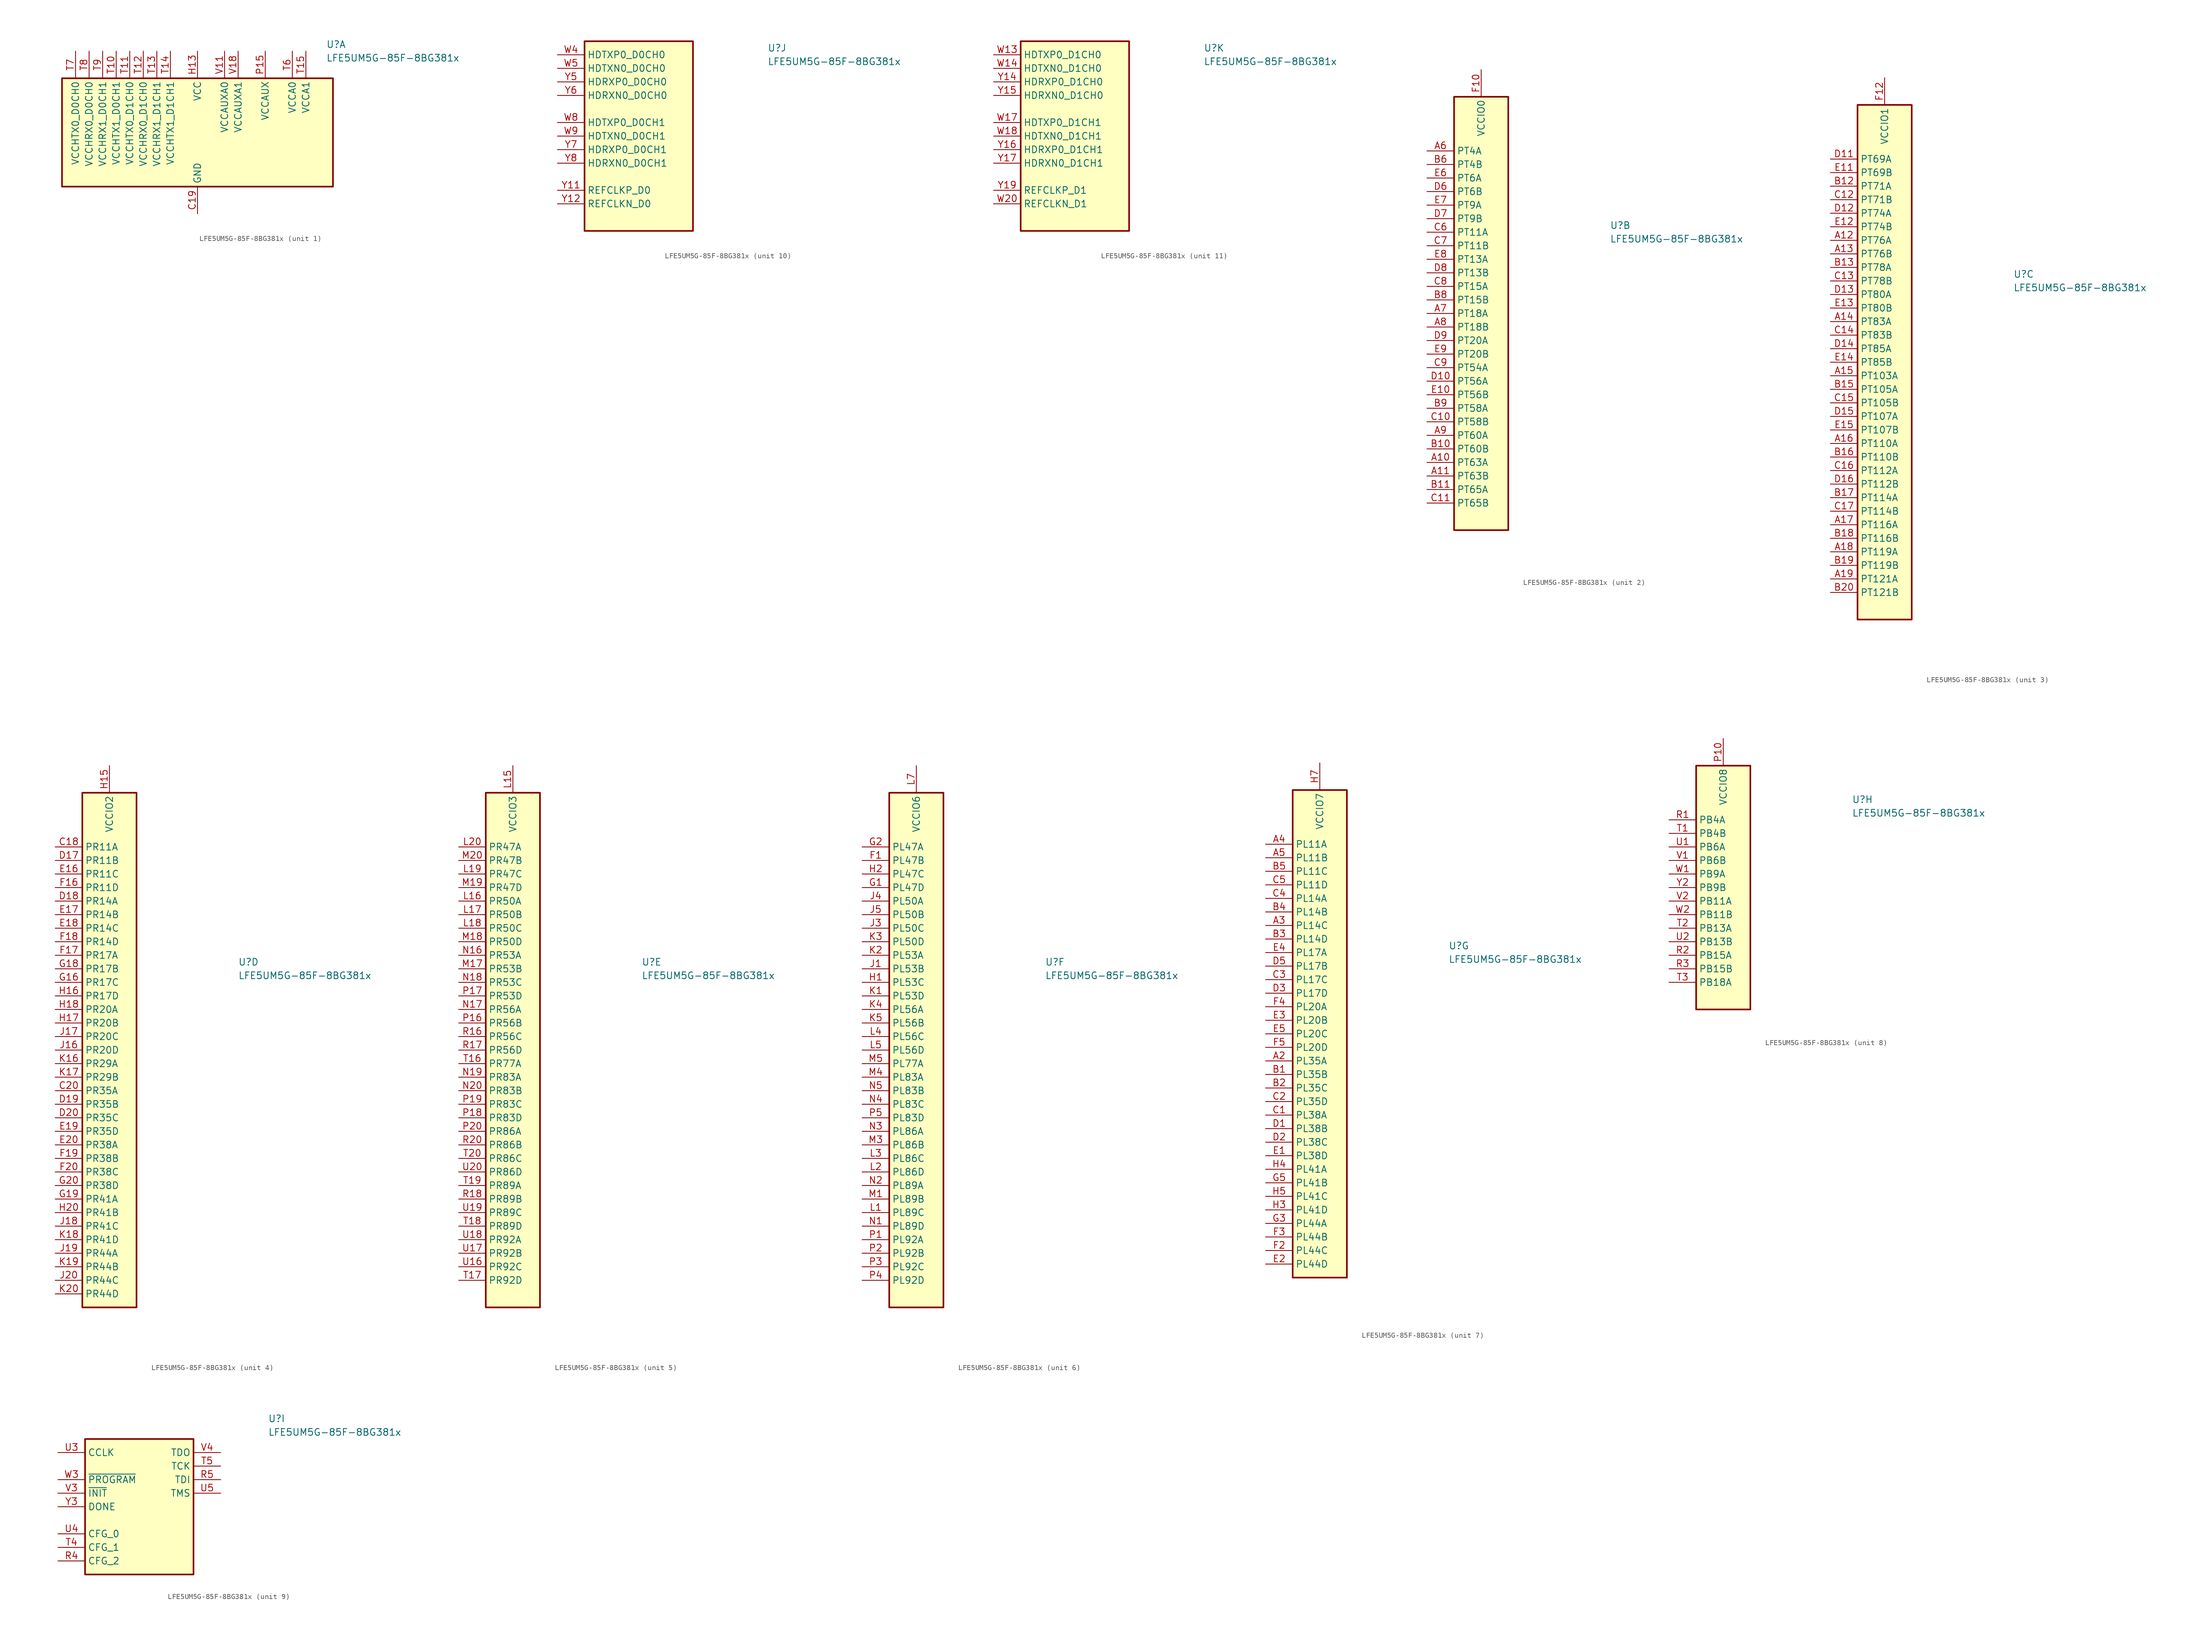
<source format=kicad_sym>
(kicad_symbol_lib
  (version 20241209)
  (generator "kicad_symbol_editor")
  (generator_version "9.0")
  (symbol "LFE5UM5G-85F-8BG381x"
    (property "Reference" "U"
      (at 24.13 16.51 0)
      (effects (font (size 1.27 1.27)) (justify left)))
    (property "Value" "LFE5UM5G-85F-8BG381x"
      (at 24.13 13.97 0)
      (effects (font (size 1.27 1.27)) (justify left)))
    (property "ki_locked" ""
      (at 0 0 0)
      (effects (font (size 1.27 1.27))))
    (symbol "LFE5UM5G-85F-8BG381x_1_1"
      (rectangle (start -25.4 10.16) (end 25.4 -10.16) (stroke (width 0.305) (type default)) (fill (type background)))
      (pin power_in line (at -22.86 15.24 270) (length 5.08) (name "VCCHTX0_D0CH0" (effects (font (size 1.27 1.27)))) (number "T7" (effects (font (size 1.27 1.27)))))
      (pin power_in line (at -20.32 15.24 270) (length 5.08) (name "VCCHRX0_D0CH0" (effects (font (size 1.27 1.27)))) (number "T8" (effects (font (size 1.27 1.27)))))
      (pin power_in line (at -17.78 15.24 270) (length 5.08) (name "VCCHRX1_D0CH1" (effects (font (size 1.27 1.27)))) (number "T9" (effects (font (size 1.27 1.27)))))
      (pin power_in line (at -15.24 15.24 270) (length 5.08) (name "VCCHTX1_D0CH1" (effects (font (size 1.27 1.27)))) (number "T10" (effects (font (size 1.27 1.27)))))
      (pin power_in line (at -12.7 15.24 270) (length 5.08) (name "VCCHTX0_D1CH0" (effects (font (size 1.27 1.27)))) (number "T11" (effects (font (size 1.27 1.27)))))
      (pin power_in line (at -10.16 15.24 270) (length 5.08) (name "VCCHRX0_D1CH0" (effects (font (size 1.27 1.27)))) (number "T12" (effects (font (size 1.27 1.27)))))
      (pin power_in line (at -7.62 15.24 270) (length 5.08) (name "VCCHRX1_D1CH1" (effects (font (size 1.27 1.27)))) (number "T13" (effects (font (size 1.27 1.27)))))
      (pin power_in line (at -5.08 15.24 270) (length 5.08) (name "VCCHTX1_D1CH1" (effects (font (size 1.27 1.27)))) (number "T14" (effects (font (size 1.27 1.27)))))
      (pin passive line (at 0 15.24 270) (length 5.08) hide (name "VCC" (effects (font (size 1.27 1.27)))) (number "H10" (effects (font (size 1.27 1.27)))))
      (pin passive line (at 0 15.24 270) (length 5.08) hide (name "VCC" (effects (font (size 1.27 1.27)))) (number "H11" (effects (font (size 1.27 1.27)))))
      (pin passive line (at 0 15.24 270) (length 5.08) hide (name "VCC" (effects (font (size 1.27 1.27)))) (number "H12" (effects (font (size 1.27 1.27)))))
      (pin power_in line (at 0 15.24 270) (length 5.08) (name "VCC" (effects (font (size 1.27 1.27)))) (number "H13" (effects (font (size 1.27 1.27)))))
      (pin passive line (at 0 15.24 270) (length 5.08) hide (name "VCC" (effects (font (size 1.27 1.27)))) (number "H8" (effects (font (size 1.27 1.27)))))
      (pin passive line (at 0 15.24 270) (length 5.08) hide (name "VCC" (effects (font (size 1.27 1.27)))) (number "H9" (effects (font (size 1.27 1.27)))))
      (pin passive line (at 0 15.24 270) (length 5.08) hide (name "VCC" (effects (font (size 1.27 1.27)))) (number "J13" (effects (font (size 1.27 1.27)))))
      (pin passive line (at 0 15.24 270) (length 5.08) hide (name "VCC" (effects (font (size 1.27 1.27)))) (number "J8" (effects (font (size 1.27 1.27)))))
      (pin passive line (at 0 15.24 270) (length 5.08) hide (name "VCC" (effects (font (size 1.27 1.27)))) (number "K13" (effects (font (size 1.27 1.27)))))
      (pin passive line (at 0 15.24 270) (length 5.08) hide (name "VCC" (effects (font (size 1.27 1.27)))) (number "K8" (effects (font (size 1.27 1.27)))))
      (pin passive line (at 0 15.24 270) (length 5.08) hide (name "VCC" (effects (font (size 1.27 1.27)))) (number "L13" (effects (font (size 1.27 1.27)))))
      (pin passive line (at 0 15.24 270) (length 5.08) hide (name "VCC" (effects (font (size 1.27 1.27)))) (number "L8" (effects (font (size 1.27 1.27)))))
      (pin passive line (at 0 15.24 270) (length 5.08) hide (name "VCC" (effects (font (size 1.27 1.27)))) (number "M13" (effects (font (size 1.27 1.27)))))
      (pin passive line (at 0 15.24 270) (length 5.08) hide (name "VCC" (effects (font (size 1.27 1.27)))) (number "M8" (effects (font (size 1.27 1.27)))))
      (pin passive line (at 0 15.24 270) (length 5.08) hide (name "VCC" (effects (font (size 1.27 1.27)))) (number "N10" (effects (font (size 1.27 1.27)))))
      (pin passive line (at 0 15.24 270) (length 5.08) hide (name "VCC" (effects (font (size 1.27 1.27)))) (number "N11" (effects (font (size 1.27 1.27)))))
      (pin passive line (at 0 15.24 270) (length 5.08) hide (name "VCC" (effects (font (size 1.27 1.27)))) (number "N12" (effects (font (size 1.27 1.27)))))
      (pin passive line (at 0 15.24 270) (length 5.08) hide (name "VCC" (effects (font (size 1.27 1.27)))) (number "N13" (effects (font (size 1.27 1.27)))))
      (pin passive line (at 0 15.24 270) (length 5.08) hide (name "VCC" (effects (font (size 1.27 1.27)))) (number "N8" (effects (font (size 1.27 1.27)))))
      (pin passive line (at 0 15.24 270) (length 5.08) hide (name "VCC" (effects (font (size 1.27 1.27)))) (number "N9" (effects (font (size 1.27 1.27)))))
      (pin passive line (at 0 -15.24 90) (length 5.08) hide (name "GND" (effects (font (size 1.27 1.27)))) (number "B14" (effects (font (size 1.27 1.27)))))
      (pin passive line (at 0 -15.24 90) (length 5.08) hide (name "GND" (effects (font (size 1.27 1.27)))) (number "B7" (effects (font (size 1.27 1.27)))))
      (pin power_in line (at 0 -15.24 90) (length 5.08) (name "GND" (effects (font (size 1.27 1.27)))) (number "C19" (effects (font (size 1.27 1.27)))))
      (pin passive line (at 0 -15.24 90) (length 5.08) hide (name "GND" (effects (font (size 1.27 1.27)))) (number "D4" (effects (font (size 1.27 1.27)))))
      (pin passive line (at 0 -15.24 90) (length 5.08) hide (name "GND" (effects (font (size 1.27 1.27)))) (number "F13" (effects (font (size 1.27 1.27)))))
      (pin passive line (at 0 -15.24 90) (length 5.08) hide (name "GND" (effects (font (size 1.27 1.27)))) (number "F14" (effects (font (size 1.27 1.27)))))
      (pin passive line (at 0 -15.24 90) (length 5.08) hide (name "GND" (effects (font (size 1.27 1.27)))) (number "F7" (effects (font (size 1.27 1.27)))))
      (pin passive line (at 0 -15.24 90) (length 5.08) hide (name "GND" (effects (font (size 1.27 1.27)))) (number "F8" (effects (font (size 1.27 1.27)))))
      (pin passive line (at 0 -15.24 90) (length 5.08) hide (name "GND" (effects (font (size 1.27 1.27)))) (number "G10" (effects (font (size 1.27 1.27)))))
      (pin passive line (at 0 -15.24 90) (length 5.08) hide (name "GND" (effects (font (size 1.27 1.27)))) (number "G11" (effects (font (size 1.27 1.27)))))
      (pin passive line (at 0 -15.24 90) (length 5.08) hide (name "GND" (effects (font (size 1.27 1.27)))) (number "G12" (effects (font (size 1.27 1.27)))))
      (pin passive line (at 0 -15.24 90) (length 5.08) hide (name "GND" (effects (font (size 1.27 1.27)))) (number "G13" (effects (font (size 1.27 1.27)))))
      (pin passive line (at 0 -15.24 90) (length 5.08) hide (name "GND" (effects (font (size 1.27 1.27)))) (number "G14" (effects (font (size 1.27 1.27)))))
      (pin passive line (at 0 -15.24 90) (length 5.08) hide (name "GND" (effects (font (size 1.27 1.27)))) (number "G15" (effects (font (size 1.27 1.27)))))
      (pin passive line (at 0 -15.24 90) (length 5.08) hide (name "GND" (effects (font (size 1.27 1.27)))) (number "G17" (effects (font (size 1.27 1.27)))))
      (pin passive line (at 0 -15.24 90) (length 5.08) hide (name "GND" (effects (font (size 1.27 1.27)))) (number "G4" (effects (font (size 1.27 1.27)))))
      (pin passive line (at 0 -15.24 90) (length 5.08) hide (name "GND" (effects (font (size 1.27 1.27)))) (number "G6" (effects (font (size 1.27 1.27)))))
      (pin passive line (at 0 -15.24 90) (length 5.08) hide (name "GND" (effects (font (size 1.27 1.27)))) (number "G7" (effects (font (size 1.27 1.27)))))
      (pin passive line (at 0 -15.24 90) (length 5.08) hide (name "GND" (effects (font (size 1.27 1.27)))) (number "G8" (effects (font (size 1.27 1.27)))))
      (pin passive line (at 0 -15.24 90) (length 5.08) hide (name "GND" (effects (font (size 1.27 1.27)))) (number "G9" (effects (font (size 1.27 1.27)))))
      (pin passive line (at 0 -15.24 90) (length 5.08) hide (name "GND" (effects (font (size 1.27 1.27)))) (number "H19" (effects (font (size 1.27 1.27)))))
      (pin passive line (at 0 -15.24 90) (length 5.08) hide (name "GND" (effects (font (size 1.27 1.27)))) (number "J10" (effects (font (size 1.27 1.27)))))
      (pin passive line (at 0 -15.24 90) (length 5.08) hide (name "GND" (effects (font (size 1.27 1.27)))) (number "J11" (effects (font (size 1.27 1.27)))))
      (pin passive line (at 0 -15.24 90) (length 5.08) hide (name "GND" (effects (font (size 1.27 1.27)))) (number "J12" (effects (font (size 1.27 1.27)))))
      (pin passive line (at 0 -15.24 90) (length 5.08) hide (name "GND" (effects (font (size 1.27 1.27)))) (number "J14" (effects (font (size 1.27 1.27)))))
      (pin passive line (at 0 -15.24 90) (length 5.08) hide (name "GND" (effects (font (size 1.27 1.27)))) (number "J2" (effects (font (size 1.27 1.27)))))
      (pin passive line (at 0 -15.24 90) (length 5.08) hide (name "GND" (effects (font (size 1.27 1.27)))) (number "J7" (effects (font (size 1.27 1.27)))))
      (pin passive line (at 0 -15.24 90) (length 5.08) hide (name "GND" (effects (font (size 1.27 1.27)))) (number "J9" (effects (font (size 1.27 1.27)))))
      (pin passive line (at 0 -15.24 90) (length 5.08) hide (name "GND" (effects (font (size 1.27 1.27)))) (number "K10" (effects (font (size 1.27 1.27)))))
      (pin passive line (at 0 -15.24 90) (length 5.08) hide (name "GND" (effects (font (size 1.27 1.27)))) (number "K11" (effects (font (size 1.27 1.27)))))
      (pin passive line (at 0 -15.24 90) (length 5.08) hide (name "GND" (effects (font (size 1.27 1.27)))) (number "K12" (effects (font (size 1.27 1.27)))))
      (pin passive line (at 0 -15.24 90) (length 5.08) hide (name "GND" (effects (font (size 1.27 1.27)))) (number "K14" (effects (font (size 1.27 1.27)))))
      (pin passive line (at 0 -15.24 90) (length 5.08) hide (name "GND" (effects (font (size 1.27 1.27)))) (number "K15" (effects (font (size 1.27 1.27)))))
      (pin passive line (at 0 -15.24 90) (length 5.08) hide (name "GND" (effects (font (size 1.27 1.27)))) (number "K6" (effects (font (size 1.27 1.27)))))
      (pin passive line (at 0 -15.24 90) (length 5.08) hide (name "GND" (effects (font (size 1.27 1.27)))) (number "K7" (effects (font (size 1.27 1.27)))))
      (pin passive line (at 0 -15.24 90) (length 5.08) hide (name "GND" (effects (font (size 1.27 1.27)))) (number "K9" (effects (font (size 1.27 1.27)))))
      (pin passive line (at 0 -15.24 90) (length 5.08) hide (name "GND" (effects (font (size 1.27 1.27)))) (number "L10" (effects (font (size 1.27 1.27)))))
      (pin passive line (at 0 -15.24 90) (length 5.08) hide (name "GND" (effects (font (size 1.27 1.27)))) (number "L11" (effects (font (size 1.27 1.27)))))
      (pin passive line (at 0 -15.24 90) (length 5.08) hide (name "GND" (effects (font (size 1.27 1.27)))) (number "L12" (effects (font (size 1.27 1.27)))))
      (pin passive line (at 0 -15.24 90) (length 5.08) hide (name "GND" (effects (font (size 1.27 1.27)))) (number "L9" (effects (font (size 1.27 1.27)))))
      (pin passive line (at 0 -15.24 90) (length 5.08) hide (name "GND" (effects (font (size 1.27 1.27)))) (number "M10" (effects (font (size 1.27 1.27)))))
      (pin passive line (at 0 -15.24 90) (length 5.08) hide (name "GND" (effects (font (size 1.27 1.27)))) (number "M11" (effects (font (size 1.27 1.27)))))
      (pin passive line (at 0 -15.24 90) (length 5.08) hide (name "GND" (effects (font (size 1.27 1.27)))) (number "M12" (effects (font (size 1.27 1.27)))))
      (pin passive line (at 0 -15.24 90) (length 5.08) hide (name "GND" (effects (font (size 1.27 1.27)))) (number "M14" (effects (font (size 1.27 1.27)))))
      (pin passive line (at 0 -15.24 90) (length 5.08) hide (name "GND" (effects (font (size 1.27 1.27)))) (number "M16" (effects (font (size 1.27 1.27)))))
      (pin passive line (at 0 -15.24 90) (length 5.08) hide (name "GND" (effects (font (size 1.27 1.27)))) (number "M2" (effects (font (size 1.27 1.27)))))
      (pin passive line (at 0 -15.24 90) (length 5.08) hide (name "GND" (effects (font (size 1.27 1.27)))) (number "M7" (effects (font (size 1.27 1.27)))))
      (pin passive line (at 0 -15.24 90) (length 5.08) hide (name "GND" (effects (font (size 1.27 1.27)))) (number "M9" (effects (font (size 1.27 1.27)))))
      (pin passive line (at 0 -15.24 90) (length 5.08) hide (name "GND" (effects (font (size 1.27 1.27)))) (number "N14" (effects (font (size 1.27 1.27)))))
      (pin passive line (at 0 -15.24 90) (length 5.08) hide (name "GND" (effects (font (size 1.27 1.27)))) (number "N15" (effects (font (size 1.27 1.27)))))
      (pin passive line (at 0 -15.24 90) (length 5.08) hide (name "GND" (effects (font (size 1.27 1.27)))) (number "N6" (effects (font (size 1.27 1.27)))))
      (pin passive line (at 0 -15.24 90) (length 5.08) hide (name "GND" (effects (font (size 1.27 1.27)))) (number "N7" (effects (font (size 1.27 1.27)))))
      (pin passive line (at 0 -15.24 90) (length 5.08) hide (name "GND" (effects (font (size 1.27 1.27)))) (number "P11" (effects (font (size 1.27 1.27)))))
      (pin passive line (at 0 -15.24 90) (length 5.08) hide (name "GND" (effects (font (size 1.27 1.27)))) (number "P12" (effects (font (size 1.27 1.27)))))
      (pin passive line (at 0 -15.24 90) (length 5.08) hide (name "GND" (effects (font (size 1.27 1.27)))) (number "P13" (effects (font (size 1.27 1.27)))))
      (pin passive line (at 0 -15.24 90) (length 5.08) hide (name "GND" (effects (font (size 1.27 1.27)))) (number "P14" (effects (font (size 1.27 1.27)))))
      (pin passive line (at 0 -15.24 90) (length 5.08) hide (name "GND" (effects (font (size 1.27 1.27)))) (number "P7" (effects (font (size 1.27 1.27)))))
      (pin passive line (at 0 -15.24 90) (length 5.08) hide (name "GND" (effects (font (size 1.27 1.27)))) (number "P8" (effects (font (size 1.27 1.27)))))
      (pin passive line (at 0 -15.24 90) (length 5.08) hide (name "GND" (effects (font (size 1.27 1.27)))) (number "R19" (effects (font (size 1.27 1.27)))))
      (pin passive line (at 0 -15.24 90) (length 5.08) hide (name "GND" (effects (font (size 1.27 1.27)))) (number "U10" (effects (font (size 1.27 1.27)))))
      (pin passive line (at 0 -15.24 90) (length 5.08) hide (name "GND" (effects (font (size 1.27 1.27)))) (number "U11" (effects (font (size 1.27 1.27)))))
      (pin passive line (at 0 -15.24 90) (length 5.08) hide (name "GND" (effects (font (size 1.27 1.27)))) (number "U12" (effects (font (size 1.27 1.27)))))
      (pin passive line (at 0 -15.24 90) (length 5.08) hide (name "GND" (effects (font (size 1.27 1.27)))) (number "U13" (effects (font (size 1.27 1.27)))))
      (pin passive line (at 0 -15.24 90) (length 5.08) hide (name "GND" (effects (font (size 1.27 1.27)))) (number "U14" (effects (font (size 1.27 1.27)))))
      (pin passive line (at 0 -15.24 90) (length 5.08) hide (name "GND" (effects (font (size 1.27 1.27)))) (number "U7" (effects (font (size 1.27 1.27)))))
      (pin passive line (at 0 -15.24 90) (length 5.08) hide (name "GND" (effects (font (size 1.27 1.27)))) (number "U8" (effects (font (size 1.27 1.27)))))
      (pin passive line (at 0 -15.24 90) (length 5.08) hide (name "GND" (effects (font (size 1.27 1.27)))) (number "U9" (effects (font (size 1.27 1.27)))))
      (pin passive line (at 0 -15.24 90) (length 5.08) hide (name "GND" (effects (font (size 1.27 1.27)))) (number "V12" (effects (font (size 1.27 1.27)))))
      (pin passive line (at 0 -15.24 90) (length 5.08) hide (name "GND" (effects (font (size 1.27 1.27)))) (number "V13" (effects (font (size 1.27 1.27)))))
      (pin passive line (at 0 -15.24 90) (length 5.08) hide (name "GND" (effects (font (size 1.27 1.27)))) (number "V14" (effects (font (size 1.27 1.27)))))
      (pin passive line (at 0 -15.24 90) (length 5.08) hide (name "GND" (effects (font (size 1.27 1.27)))) (number "V15" (effects (font (size 1.27 1.27)))))
      (pin passive line (at 0 -15.24 90) (length 5.08) hide (name "GND" (effects (font (size 1.27 1.27)))) (number "V16" (effects (font (size 1.27 1.27)))))
      (pin passive line (at 0 -15.24 90) (length 5.08) hide (name "GND" (effects (font (size 1.27 1.27)))) (number "V19" (effects (font (size 1.27 1.27)))))
      (pin passive line (at 0 -15.24 90) (length 5.08) hide (name "GND" (effects (font (size 1.27 1.27)))) (number "V20" (effects (font (size 1.27 1.27)))))
      (pin passive line (at 0 -15.24 90) (length 5.08) hide (name "GND" (effects (font (size 1.27 1.27)))) (number "V5" (effects (font (size 1.27 1.27)))))
      (pin passive line (at 0 -15.24 90) (length 5.08) hide (name "GND" (effects (font (size 1.27 1.27)))) (number "V6" (effects (font (size 1.27 1.27)))))
      (pin passive line (at 0 -15.24 90) (length 5.08) hide (name "GND" (effects (font (size 1.27 1.27)))) (number "V7" (effects (font (size 1.27 1.27)))))
      (pin passive line (at 0 -15.24 90) (length 5.08) hide (name "GND" (effects (font (size 1.27 1.27)))) (number "V8" (effects (font (size 1.27 1.27)))))
      (pin passive line (at 0 -15.24 90) (length 5.08) hide (name "GND" (effects (font (size 1.27 1.27)))) (number "V9" (effects (font (size 1.27 1.27)))))
      (pin passive line (at 0 -15.24 90) (length 5.08) hide (name "GND" (effects (font (size 1.27 1.27)))) (number "W12" (effects (font (size 1.27 1.27)))))
      (pin passive line (at 0 -15.24 90) (length 5.08) hide (name "GND" (effects (font (size 1.27 1.27)))) (number "W15" (effects (font (size 1.27 1.27)))))
      (pin passive line (at 0 -15.24 90) (length 5.08) hide (name "GND" (effects (font (size 1.27 1.27)))) (number "W16" (effects (font (size 1.27 1.27)))))
      (pin passive line (at 0 -15.24 90) (length 5.08) hide (name "GND" (effects (font (size 1.27 1.27)))) (number "W19" (effects (font (size 1.27 1.27)))))
      (pin passive line (at 0 -15.24 90) (length 5.08) hide (name "GND" (effects (font (size 1.27 1.27)))) (number "W6" (effects (font (size 1.27 1.27)))))
      (pin passive line (at 0 -15.24 90) (length 5.08) hide (name "GND" (effects (font (size 1.27 1.27)))) (number "W7" (effects (font (size 1.27 1.27)))))
      (pin passive line (at 5.08 15.24 270) (length 5.08) hide (name "VCCAUXA0" (effects (font (size 1.27 1.27)))) (number "V10" (effects (font (size 1.27 1.27)))))
      (pin power_in line (at 5.08 15.24 270) (length 5.08) (name "VCCAUXA0" (effects (font (size 1.27 1.27)))) (number "V11" (effects (font (size 1.27 1.27)))))
      (pin passive line (at 7.62 15.24 270) (length 5.08) hide (name "VCCAUXA1" (effects (font (size 1.27 1.27)))) (number "V17" (effects (font (size 1.27 1.27)))))
      (pin power_in line (at 7.62 15.24 270) (length 5.08) (name "VCCAUXA1" (effects (font (size 1.27 1.27)))) (number "V18" (effects (font (size 1.27 1.27)))))
      (pin passive line (at 12.7 15.24 270) (length 5.08) hide (name "VCCAUX" (effects (font (size 1.27 1.27)))) (number "F15" (effects (font (size 1.27 1.27)))))
      (pin passive line (at 12.7 15.24 270) (length 5.08) hide (name "VCCAUX" (effects (font (size 1.27 1.27)))) (number "F6" (effects (font (size 1.27 1.27)))))
      (pin power_in line (at 12.7 15.24 270) (length 5.08) (name "VCCAUX" (effects (font (size 1.27 1.27)))) (number "P15" (effects (font (size 1.27 1.27)))))
      (pin passive line (at 12.7 15.24 270) (length 5.08) hide (name "VCCAUX" (effects (font (size 1.27 1.27)))) (number "P6" (effects (font (size 1.27 1.27)))))
      (pin power_in line (at 17.78 15.24 270) (length 5.08) (name "VCCA0" (effects (font (size 1.27 1.27)))) (number "T6" (effects (font (size 1.27 1.27)))))
      (pin passive line (at 17.78 15.24 270) (length 5.08) hide (name "VCCA0" (effects (font (size 1.27 1.27)))) (number "U6" (effects (font (size 1.27 1.27)))))
      (pin power_in line (at 20.32 15.24 270) (length 5.08) (name "VCCA1" (effects (font (size 1.27 1.27)))) (number "T15" (effects (font (size 1.27 1.27)))))
      (pin passive line (at 20.32 15.24 270) (length 5.08) hide (name "VCCA1" (effects (font (size 1.27 1.27)))) (number "U15" (effects (font (size 1.27 1.27))))))
    (symbol "LFE5UM5G-85F-8BG381x_2_1"
      (rectangle (start -5.08 40.64) (end 5.08 -40.64) (stroke (width 0.305) (type default)) (fill (type background)))
      (pin bidirectional line (at -10.16 30.48 0) (length 5.08) (name "PT4A" (effects (font (size 1.27 1.27)))) (number "A6" (effects (font (size 1.27 1.27)))))
      (pin bidirectional line (at -10.16 27.94 0) (length 5.08) (name "PT4B" (effects (font (size 1.27 1.27)))) (number "B6" (effects (font (size 1.27 1.27)))))
      (pin bidirectional line (at -10.16 25.4 0) (length 5.08) (name "PT6A" (effects (font (size 1.27 1.27)))) (number "E6" (effects (font (size 1.27 1.27)))))
      (pin bidirectional line (at -10.16 22.86 0) (length 5.08) (name "PT6B" (effects (font (size 1.27 1.27)))) (number "D6" (effects (font (size 1.27 1.27)))))
      (pin bidirectional line (at -10.16 20.32 0) (length 5.08) (name "PT9A" (effects (font (size 1.27 1.27)))) (number "E7" (effects (font (size 1.27 1.27)))))
      (pin bidirectional line (at -10.16 17.78 0) (length 5.08) (name "PT9B" (effects (font (size 1.27 1.27)))) (number "D7" (effects (font (size 1.27 1.27)))))
      (pin bidirectional line (at -10.16 15.24 0) (length 5.08) (name "PT11A" (effects (font (size 1.27 1.27)))) (number "C6" (effects (font (size 1.27 1.27)))))
      (pin bidirectional line (at -10.16 12.7 0) (length 5.08) (name "PT11B" (effects (font (size 1.27 1.27)))) (number "C7" (effects (font (size 1.27 1.27)))))
      (pin bidirectional line (at -10.16 10.16 0) (length 5.08) (name "PT13A" (effects (font (size 1.27 1.27)))) (number "E8" (effects (font (size 1.27 1.27)))))
      (pin bidirectional line (at -10.16 7.62 0) (length 5.08) (name "PT13B" (effects (font (size 1.27 1.27)))) (number "D8" (effects (font (size 1.27 1.27)))))
      (pin bidirectional line (at -10.16 5.08 0) (length 5.08) (name "PT15A" (effects (font (size 1.27 1.27)))) (number "C8" (effects (font (size 1.27 1.27)))))
      (pin bidirectional line (at -10.16 2.54 0) (length 5.08) (name "PT15B" (effects (font (size 1.27 1.27)))) (number "B8" (effects (font (size 1.27 1.27)))))
      (pin bidirectional line (at -10.16 0 0) (length 5.08) (name "PT18A" (effects (font (size 1.27 1.27)))) (number "A7" (effects (font (size 1.27 1.27)))))
      (pin bidirectional line (at -10.16 -2.54 0) (length 5.08) (name "PT18B" (effects (font (size 1.27 1.27)))) (number "A8" (effects (font (size 1.27 1.27)))))
      (pin bidirectional line (at -10.16 -5.08 0) (length 5.08) (name "PT20A" (effects (font (size 1.27 1.27)))) (number "D9" (effects (font (size 1.27 1.27)))))
      (pin bidirectional line (at -10.16 -7.62 0) (length 5.08) (name "PT20B" (effects (font (size 1.27 1.27)))) (number "E9" (effects (font (size 1.27 1.27)))))
      (pin bidirectional line (at -10.16 -10.16 0) (length 5.08) (name "PT54A" (effects (font (size 1.27 1.27)))) (number "C9" (effects (font (size 1.27 1.27)))))
      (pin bidirectional line (at -10.16 -12.7 0) (length 5.08) (name "PT56A" (effects (font (size 1.27 1.27)))) (number "D10" (effects (font (size 1.27 1.27)))))
      (pin bidirectional line (at -10.16 -15.24 0) (length 5.08) (name "PT56B" (effects (font (size 1.27 1.27)))) (number "E10" (effects (font (size 1.27 1.27)))))
      (pin bidirectional line (at -10.16 -17.78 0) (length 5.08) (name "PT58A" (effects (font (size 1.27 1.27)))) (number "B9" (effects (font (size 1.27 1.27)))))
      (pin bidirectional line (at -10.16 -20.32 0) (length 5.08) (name "PT58B" (effects (font (size 1.27 1.27)))) (number "C10" (effects (font (size 1.27 1.27)))))
      (pin bidirectional line (at -10.16 -22.86 0) (length 5.08) (name "PT60A" (effects (font (size 1.27 1.27)))) (number "A9" (effects (font (size 1.27 1.27)))))
      (pin bidirectional line (at -10.16 -25.4 0) (length 5.08) (name "PT60B" (effects (font (size 1.27 1.27)))) (number "B10" (effects (font (size 1.27 1.27)))))
      (pin bidirectional line (at -10.16 -27.94 0) (length 5.08) (name "PT63A" (effects (font (size 1.27 1.27)))) (number "A10" (effects (font (size 1.27 1.27)))))
      (pin bidirectional line (at -10.16 -30.48 0) (length 5.08) (name "PT63B" (effects (font (size 1.27 1.27)))) (number "A11" (effects (font (size 1.27 1.27)))))
      (pin bidirectional line (at -10.16 -33.02 0) (length 5.08) (name "PT65A" (effects (font (size 1.27 1.27)))) (number "B11" (effects (font (size 1.27 1.27)))))
      (pin bidirectional line (at -10.16 -35.56 0) (length 5.08) (name "PT65B" (effects (font (size 1.27 1.27)))) (number "C11" (effects (font (size 1.27 1.27)))))
      (pin power_in line (at 0 45.72 270) (length 5.08) (name "VCCIO0" (effects (font (size 1.27 1.27)))) (number "F10" (effects (font (size 1.27 1.27)))))
      (pin passive line (at 0 45.72 270) (length 5.08) hide (name "VCCIO0" (effects (font (size 1.27 1.27)))) (number "F9" (effects (font (size 1.27 1.27))))))
    (symbol "LFE5UM5G-85F-8BG381x_3_1"
      (rectangle (start -5.08 48.26) (end 5.08 -48.26) (stroke (width 0.305) (type default)) (fill (type background)))
      (pin bidirectional line (at -10.16 38.1 0) (length 5.08) (name "PT69A" (effects (font (size 1.27 1.27)))) (number "D11" (effects (font (size 1.27 1.27)))))
      (pin bidirectional line (at -10.16 35.56 0) (length 5.08) (name "PT69B" (effects (font (size 1.27 1.27)))) (number "E11" (effects (font (size 1.27 1.27)))))
      (pin bidirectional line (at -10.16 33.02 0) (length 5.08) (name "PT71A" (effects (font (size 1.27 1.27)))) (number "B12" (effects (font (size 1.27 1.27)))))
      (pin bidirectional line (at -10.16 30.48 0) (length 5.08) (name "PT71B" (effects (font (size 1.27 1.27)))) (number "C12" (effects (font (size 1.27 1.27)))))
      (pin bidirectional line (at -10.16 27.94 0) (length 5.08) (name "PT74A" (effects (font (size 1.27 1.27)))) (number "D12" (effects (font (size 1.27 1.27)))))
      (pin bidirectional line (at -10.16 25.4 0) (length 5.08) (name "PT74B" (effects (font (size 1.27 1.27)))) (number "E12" (effects (font (size 1.27 1.27)))))
      (pin bidirectional line (at -10.16 22.86 0) (length 5.08) (name "PT76A" (effects (font (size 1.27 1.27)))) (number "A12" (effects (font (size 1.27 1.27)))))
      (pin bidirectional line (at -10.16 20.32 0) (length 5.08) (name "PT76B" (effects (font (size 1.27 1.27)))) (number "A13" (effects (font (size 1.27 1.27)))))
      (pin bidirectional line (at -10.16 17.78 0) (length 5.08) (name "PT78A" (effects (font (size 1.27 1.27)))) (number "B13" (effects (font (size 1.27 1.27)))))
      (pin bidirectional line (at -10.16 15.24 0) (length 5.08) (name "PT78B" (effects (font (size 1.27 1.27)))) (number "C13" (effects (font (size 1.27 1.27)))))
      (pin bidirectional line (at -10.16 12.7 0) (length 5.08) (name "PT80A" (effects (font (size 1.27 1.27)))) (number "D13" (effects (font (size 1.27 1.27)))))
      (pin bidirectional line (at -10.16 10.16 0) (length 5.08) (name "PT80B" (effects (font (size 1.27 1.27)))) (number "E13" (effects (font (size 1.27 1.27)))))
      (pin bidirectional line (at -10.16 7.62 0) (length 5.08) (name "PT83A" (effects (font (size 1.27 1.27)))) (number "A14" (effects (font (size 1.27 1.27)))))
      (pin bidirectional line (at -10.16 5.08 0) (length 5.08) (name "PT83B" (effects (font (size 1.27 1.27)))) (number "C14" (effects (font (size 1.27 1.27)))))
      (pin bidirectional line (at -10.16 2.54 0) (length 5.08) (name "PT85A" (effects (font (size 1.27 1.27)))) (number "D14" (effects (font (size 1.27 1.27)))))
      (pin bidirectional line (at -10.16 0 0) (length 5.08) (name "PT85B" (effects (font (size 1.27 1.27)))) (number "E14" (effects (font (size 1.27 1.27)))))
      (pin bidirectional line (at -10.16 -2.54 0) (length 5.08) (name "PT103A" (effects (font (size 1.27 1.27)))) (number "A15" (effects (font (size 1.27 1.27)))))
      (pin bidirectional line (at -10.16 -5.08 0) (length 5.08) (name "PT105A" (effects (font (size 1.27 1.27)))) (number "B15" (effects (font (size 1.27 1.27)))))
      (pin bidirectional line (at -10.16 -7.62 0) (length 5.08) (name "PT105B" (effects (font (size 1.27 1.27)))) (number "C15" (effects (font (size 1.27 1.27)))))
      (pin bidirectional line (at -10.16 -10.16 0) (length 5.08) (name "PT107A" (effects (font (size 1.27 1.27)))) (number "D15" (effects (font (size 1.27 1.27)))))
      (pin bidirectional line (at -10.16 -12.7 0) (length 5.08) (name "PT107B" (effects (font (size 1.27 1.27)))) (number "E15" (effects (font (size 1.27 1.27)))))
      (pin bidirectional line (at -10.16 -15.24 0) (length 5.08) (name "PT110A" (effects (font (size 1.27 1.27)))) (number "A16" (effects (font (size 1.27 1.27)))))
      (pin bidirectional line (at -10.16 -17.78 0) (length 5.08) (name "PT110B" (effects (font (size 1.27 1.27)))) (number "B16" (effects (font (size 1.27 1.27)))))
      (pin bidirectional line (at -10.16 -20.32 0) (length 5.08) (name "PT112A" (effects (font (size 1.27 1.27)))) (number "C16" (effects (font (size 1.27 1.27)))))
      (pin bidirectional line (at -10.16 -22.86 0) (length 5.08) (name "PT112B" (effects (font (size 1.27 1.27)))) (number "D16" (effects (font (size 1.27 1.27)))))
      (pin bidirectional line (at -10.16 -25.4 0) (length 5.08) (name "PT114A" (effects (font (size 1.27 1.27)))) (number "B17" (effects (font (size 1.27 1.27)))))
      (pin bidirectional line (at -10.16 -27.94 0) (length 5.08) (name "PT114B" (effects (font (size 1.27 1.27)))) (number "C17" (effects (font (size 1.27 1.27)))))
      (pin bidirectional line (at -10.16 -30.48 0) (length 5.08) (name "PT116A" (effects (font (size 1.27 1.27)))) (number "A17" (effects (font (size 1.27 1.27)))))
      (pin bidirectional line (at -10.16 -33.02 0) (length 5.08) (name "PT116B" (effects (font (size 1.27 1.27)))) (number "B18" (effects (font (size 1.27 1.27)))))
      (pin bidirectional line (at -10.16 -35.56 0) (length 5.08) (name "PT119A" (effects (font (size 1.27 1.27)))) (number "A18" (effects (font (size 1.27 1.27)))))
      (pin bidirectional line (at -10.16 -38.1 0) (length 5.08) (name "PT119B" (effects (font (size 1.27 1.27)))) (number "B19" (effects (font (size 1.27 1.27)))))
      (pin bidirectional line (at -10.16 -40.64 0) (length 5.08) (name "PT121A" (effects (font (size 1.27 1.27)))) (number "A19" (effects (font (size 1.27 1.27)))))
      (pin bidirectional line (at -10.16 -43.18 0) (length 5.08) (name "PT121B" (effects (font (size 1.27 1.27)))) (number "B20" (effects (font (size 1.27 1.27)))))
      (pin passive line (at 0 53.34 270) (length 5.08) hide (name "VCCIO1" (effects (font (size 1.27 1.27)))) (number "F11" (effects (font (size 1.27 1.27)))))
      (pin power_in line (at 0 53.34 270) (length 5.08) (name "VCCIO1" (effects (font (size 1.27 1.27)))) (number "F12" (effects (font (size 1.27 1.27))))))
    (symbol "LFE5UM5G-85F-8BG381x_4_1"
      (rectangle (start -5.08 48.26) (end 5.08 -48.26) (stroke (width 0.305) (type default)) (fill (type background)))
      (pin bidirectional line (at -10.16 38.1 0) (length 5.08) (name "PR11A" (effects (font (size 1.27 1.27)))) (number "C18" (effects (font (size 1.27 1.27)))))
      (pin bidirectional line (at -10.16 35.56 0) (length 5.08) (name "PR11B" (effects (font (size 1.27 1.27)))) (number "D17" (effects (font (size 1.27 1.27)))))
      (pin bidirectional line (at -10.16 33.02 0) (length 5.08) (name "PR11C" (effects (font (size 1.27 1.27)))) (number "E16" (effects (font (size 1.27 1.27)))))
      (pin bidirectional line (at -10.16 30.48 0) (length 5.08) (name "PR11D" (effects (font (size 1.27 1.27)))) (number "F16" (effects (font (size 1.27 1.27)))))
      (pin bidirectional line (at -10.16 27.94 0) (length 5.08) (name "PR14A" (effects (font (size 1.27 1.27)))) (number "D18" (effects (font (size 1.27 1.27)))))
      (pin bidirectional line (at -10.16 25.4 0) (length 5.08) (name "PR14B" (effects (font (size 1.27 1.27)))) (number "E17" (effects (font (size 1.27 1.27)))))
      (pin bidirectional line (at -10.16 22.86 0) (length 5.08) (name "PR14C" (effects (font (size 1.27 1.27)))) (number "E18" (effects (font (size 1.27 1.27)))))
      (pin bidirectional line (at -10.16 20.32 0) (length 5.08) (name "PR14D" (effects (font (size 1.27 1.27)))) (number "F18" (effects (font (size 1.27 1.27)))))
      (pin bidirectional line (at -10.16 17.78 0) (length 5.08) (name "PR17A" (effects (font (size 1.27 1.27)))) (number "F17" (effects (font (size 1.27 1.27)))))
      (pin bidirectional line (at -10.16 15.24 0) (length 5.08) (name "PR17B" (effects (font (size 1.27 1.27)))) (number "G18" (effects (font (size 1.27 1.27)))))
      (pin bidirectional line (at -10.16 12.7 0) (length 5.08) (name "PR17C" (effects (font (size 1.27 1.27)))) (number "G16" (effects (font (size 1.27 1.27)))))
      (pin bidirectional line (at -10.16 10.16 0) (length 5.08) (name "PR17D" (effects (font (size 1.27 1.27)))) (number "H16" (effects (font (size 1.27 1.27)))))
      (pin bidirectional line (at -10.16 7.62 0) (length 5.08) (name "PR20A" (effects (font (size 1.27 1.27)))) (number "H18" (effects (font (size 1.27 1.27)))))
      (pin bidirectional line (at -10.16 5.08 0) (length 5.08) (name "PR20B" (effects (font (size 1.27 1.27)))) (number "H17" (effects (font (size 1.27 1.27)))))
      (pin bidirectional line (at -10.16 2.54 0) (length 5.08) (name "PR20C" (effects (font (size 1.27 1.27)))) (number "J17" (effects (font (size 1.27 1.27)))))
      (pin bidirectional line (at -10.16 0 0) (length 5.08) (name "PR20D" (effects (font (size 1.27 1.27)))) (number "J16" (effects (font (size 1.27 1.27)))))
      (pin bidirectional line (at -10.16 -2.54 0) (length 5.08) (name "PR29A" (effects (font (size 1.27 1.27)))) (number "K16" (effects (font (size 1.27 1.27)))))
      (pin bidirectional line (at -10.16 -5.08 0) (length 5.08) (name "PR29B" (effects (font (size 1.27 1.27)))) (number "K17" (effects (font (size 1.27 1.27)))))
      (pin bidirectional line (at -10.16 -7.62 0) (length 5.08) (name "PR35A" (effects (font (size 1.27 1.27)))) (number "C20" (effects (font (size 1.27 1.27)))))
      (pin bidirectional line (at -10.16 -10.16 0) (length 5.08) (name "PR35B" (effects (font (size 1.27 1.27)))) (number "D19" (effects (font (size 1.27 1.27)))))
      (pin bidirectional line (at -10.16 -12.7 0) (length 5.08) (name "PR35C" (effects (font (size 1.27 1.27)))) (number "D20" (effects (font (size 1.27 1.27)))))
      (pin bidirectional line (at -10.16 -15.24 0) (length 5.08) (name "PR35D" (effects (font (size 1.27 1.27)))) (number "E19" (effects (font (size 1.27 1.27)))))
      (pin bidirectional line (at -10.16 -17.78 0) (length 5.08) (name "PR38A" (effects (font (size 1.27 1.27)))) (number "E20" (effects (font (size 1.27 1.27)))))
      (pin bidirectional line (at -10.16 -20.32 0) (length 5.08) (name "PR38B" (effects (font (size 1.27 1.27)))) (number "F19" (effects (font (size 1.27 1.27)))))
      (pin bidirectional line (at -10.16 -22.86 0) (length 5.08) (name "PR38C" (effects (font (size 1.27 1.27)))) (number "F20" (effects (font (size 1.27 1.27)))))
      (pin bidirectional line (at -10.16 -25.4 0) (length 5.08) (name "PR38D" (effects (font (size 1.27 1.27)))) (number "G20" (effects (font (size 1.27 1.27)))))
      (pin bidirectional line (at -10.16 -27.94 0) (length 5.08) (name "PR41A" (effects (font (size 1.27 1.27)))) (number "G19" (effects (font (size 1.27 1.27)))))
      (pin bidirectional line (at -10.16 -30.48 0) (length 5.08) (name "PR41B" (effects (font (size 1.27 1.27)))) (number "H20" (effects (font (size 1.27 1.27)))))
      (pin bidirectional line (at -10.16 -33.02 0) (length 5.08) (name "PR41C" (effects (font (size 1.27 1.27)))) (number "J18" (effects (font (size 1.27 1.27)))))
      (pin bidirectional line (at -10.16 -35.56 0) (length 5.08) (name "PR41D" (effects (font (size 1.27 1.27)))) (number "K18" (effects (font (size 1.27 1.27)))))
      (pin bidirectional line (at -10.16 -38.1 0) (length 5.08) (name "PR44A" (effects (font (size 1.27 1.27)))) (number "J19" (effects (font (size 1.27 1.27)))))
      (pin bidirectional line (at -10.16 -40.64 0) (length 5.08) (name "PR44B" (effects (font (size 1.27 1.27)))) (number "K19" (effects (font (size 1.27 1.27)))))
      (pin bidirectional line (at -10.16 -43.18 0) (length 5.08) (name "PR44C" (effects (font (size 1.27 1.27)))) (number "J20" (effects (font (size 1.27 1.27)))))
      (pin bidirectional line (at -10.16 -45.72 0) (length 5.08) (name "PR44D" (effects (font (size 1.27 1.27)))) (number "K20" (effects (font (size 1.27 1.27)))))
      (pin passive line (at 0 53.34 270) (length 5.08) hide (name "VCCIO2" (effects (font (size 1.27 1.27)))) (number "H14" (effects (font (size 1.27 1.27)))))
      (pin power_in line (at 0 53.34 270) (length 5.08) (name "VCCIO2" (effects (font (size 1.27 1.27)))) (number "H15" (effects (font (size 1.27 1.27)))))
      (pin passive line (at 0 53.34 270) (length 5.08) hide (name "VCCIO2" (effects (font (size 1.27 1.27)))) (number "J15" (effects (font (size 1.27 1.27))))))
    (symbol "LFE5UM5G-85F-8BG381x_5_1"
      (rectangle (start -5.08 48.26) (end 5.08 -48.26) (stroke (width 0.305) (type default)) (fill (type background)))
      (pin bidirectional line (at -10.16 38.1 0) (length 5.08) (name "PR47A" (effects (font (size 1.27 1.27)))) (number "L20" (effects (font (size 1.27 1.27)))))
      (pin bidirectional line (at -10.16 35.56 0) (length 5.08) (name "PR47B" (effects (font (size 1.27 1.27)))) (number "M20" (effects (font (size 1.27 1.27)))))
      (pin bidirectional line (at -10.16 33.02 0) (length 5.08) (name "PR47C" (effects (font (size 1.27 1.27)))) (number "L19" (effects (font (size 1.27 1.27)))))
      (pin bidirectional line (at -10.16 30.48 0) (length 5.08) (name "PR47D" (effects (font (size 1.27 1.27)))) (number "M19" (effects (font (size 1.27 1.27)))))
      (pin bidirectional line (at -10.16 27.94 0) (length 5.08) (name "PR50A" (effects (font (size 1.27 1.27)))) (number "L16" (effects (font (size 1.27 1.27)))))
      (pin bidirectional line (at -10.16 25.4 0) (length 5.08) (name "PR50B" (effects (font (size 1.27 1.27)))) (number "L17" (effects (font (size 1.27 1.27)))))
      (pin bidirectional line (at -10.16 22.86 0) (length 5.08) (name "PR50C" (effects (font (size 1.27 1.27)))) (number "L18" (effects (font (size 1.27 1.27)))))
      (pin bidirectional line (at -10.16 20.32 0) (length 5.08) (name "PR50D" (effects (font (size 1.27 1.27)))) (number "M18" (effects (font (size 1.27 1.27)))))
      (pin bidirectional line (at -10.16 17.78 0) (length 5.08) (name "PR53A" (effects (font (size 1.27 1.27)))) (number "N16" (effects (font (size 1.27 1.27)))))
      (pin bidirectional line (at -10.16 15.24 0) (length 5.08) (name "PR53B" (effects (font (size 1.27 1.27)))) (number "M17" (effects (font (size 1.27 1.27)))))
      (pin bidirectional line (at -10.16 12.7 0) (length 5.08) (name "PR53C" (effects (font (size 1.27 1.27)))) (number "N18" (effects (font (size 1.27 1.27)))))
      (pin bidirectional line (at -10.16 10.16 0) (length 5.08) (name "PR53D" (effects (font (size 1.27 1.27)))) (number "P17" (effects (font (size 1.27 1.27)))))
      (pin bidirectional line (at -10.16 7.62 0) (length 5.08) (name "PR56A" (effects (font (size 1.27 1.27)))) (number "N17" (effects (font (size 1.27 1.27)))))
      (pin bidirectional line (at -10.16 5.08 0) (length 5.08) (name "PR56B" (effects (font (size 1.27 1.27)))) (number "P16" (effects (font (size 1.27 1.27)))))
      (pin bidirectional line (at -10.16 2.54 0) (length 5.08) (name "PR56C" (effects (font (size 1.27 1.27)))) (number "R16" (effects (font (size 1.27 1.27)))))
      (pin bidirectional line (at -10.16 0 0) (length 5.08) (name "PR56D" (effects (font (size 1.27 1.27)))) (number "R17" (effects (font (size 1.27 1.27)))))
      (pin bidirectional line (at -10.16 -2.54 0) (length 5.08) (name "PR77A" (effects (font (size 1.27 1.27)))) (number "T16" (effects (font (size 1.27 1.27)))))
      (pin bidirectional line (at -10.16 -5.08 0) (length 5.08) (name "PR83A" (effects (font (size 1.27 1.27)))) (number "N19" (effects (font (size 1.27 1.27)))))
      (pin bidirectional line (at -10.16 -7.62 0) (length 5.08) (name "PR83B" (effects (font (size 1.27 1.27)))) (number "N20" (effects (font (size 1.27 1.27)))))
      (pin bidirectional line (at -10.16 -10.16 0) (length 5.08) (name "PR83C" (effects (font (size 1.27 1.27)))) (number "P19" (effects (font (size 1.27 1.27)))))
      (pin bidirectional line (at -10.16 -12.7 0) (length 5.08) (name "PR83D" (effects (font (size 1.27 1.27)))) (number "P18" (effects (font (size 1.27 1.27)))))
      (pin bidirectional line (at -10.16 -15.24 0) (length 5.08) (name "PR86A" (effects (font (size 1.27 1.27)))) (number "P20" (effects (font (size 1.27 1.27)))))
      (pin bidirectional line (at -10.16 -17.78 0) (length 5.08) (name "PR86B" (effects (font (size 1.27 1.27)))) (number "R20" (effects (font (size 1.27 1.27)))))
      (pin bidirectional line (at -10.16 -20.32 0) (length 5.08) (name "PR86C" (effects (font (size 1.27 1.27)))) (number "T20" (effects (font (size 1.27 1.27)))))
      (pin bidirectional line (at -10.16 -22.86 0) (length 5.08) (name "PR86D" (effects (font (size 1.27 1.27)))) (number "U20" (effects (font (size 1.27 1.27)))))
      (pin bidirectional line (at -10.16 -25.4 0) (length 5.08) (name "PR89A" (effects (font (size 1.27 1.27)))) (number "T19" (effects (font (size 1.27 1.27)))))
      (pin bidirectional line (at -10.16 -27.94 0) (length 5.08) (name "PR89B" (effects (font (size 1.27 1.27)))) (number "R18" (effects (font (size 1.27 1.27)))))
      (pin bidirectional line (at -10.16 -30.48 0) (length 5.08) (name "PR89C" (effects (font (size 1.27 1.27)))) (number "U19" (effects (font (size 1.27 1.27)))))
      (pin bidirectional line (at -10.16 -33.02 0) (length 5.08) (name "PR89D" (effects (font (size 1.27 1.27)))) (number "T18" (effects (font (size 1.27 1.27)))))
      (pin bidirectional line (at -10.16 -35.56 0) (length 5.08) (name "PR92A" (effects (font (size 1.27 1.27)))) (number "U18" (effects (font (size 1.27 1.27)))))
      (pin bidirectional line (at -10.16 -38.1 0) (length 5.08) (name "PR92B" (effects (font (size 1.27 1.27)))) (number "U17" (effects (font (size 1.27 1.27)))))
      (pin bidirectional line (at -10.16 -40.64 0) (length 5.08) (name "PR92C" (effects (font (size 1.27 1.27)))) (number "U16" (effects (font (size 1.27 1.27)))))
      (pin bidirectional line (at -10.16 -43.18 0) (length 5.08) (name "PR92D" (effects (font (size 1.27 1.27)))) (number "T17" (effects (font (size 1.27 1.27)))))
      (pin passive line (at 0 53.34 270) (length 5.08) hide (name "VCCIO3" (effects (font (size 1.27 1.27)))) (number "L14" (effects (font (size 1.27 1.27)))))
      (pin power_in line (at 0 53.34 270) (length 5.08) (name "VCCIO3" (effects (font (size 1.27 1.27)))) (number "L15" (effects (font (size 1.27 1.27)))))
      (pin passive line (at 0 53.34 270) (length 5.08) hide (name "VCCIO3" (effects (font (size 1.27 1.27)))) (number "M15" (effects (font (size 1.27 1.27))))))
    (symbol "LFE5UM5G-85F-8BG381x_6_1"
      (rectangle (start -5.08 48.26) (end 5.08 -48.26) (stroke (width 0.305) (type default)) (fill (type background)))
      (pin bidirectional line (at -10.16 38.1 0) (length 5.08) (name "PL47A" (effects (font (size 1.27 1.27)))) (number "G2" (effects (font (size 1.27 1.27)))))
      (pin bidirectional line (at -10.16 35.56 0) (length 5.08) (name "PL47B" (effects (font (size 1.27 1.27)))) (number "F1" (effects (font (size 1.27 1.27)))))
      (pin bidirectional line (at -10.16 33.02 0) (length 5.08) (name "PL47C" (effects (font (size 1.27 1.27)))) (number "H2" (effects (font (size 1.27 1.27)))))
      (pin bidirectional line (at -10.16 30.48 0) (length 5.08) (name "PL47D" (effects (font (size 1.27 1.27)))) (number "G1" (effects (font (size 1.27 1.27)))))
      (pin bidirectional line (at -10.16 27.94 0) (length 5.08) (name "PL50A" (effects (font (size 1.27 1.27)))) (number "J4" (effects (font (size 1.27 1.27)))))
      (pin bidirectional line (at -10.16 25.4 0) (length 5.08) (name "PL50B" (effects (font (size 1.27 1.27)))) (number "J5" (effects (font (size 1.27 1.27)))))
      (pin bidirectional line (at -10.16 22.86 0) (length 5.08) (name "PL50C" (effects (font (size 1.27 1.27)))) (number "J3" (effects (font (size 1.27 1.27)))))
      (pin bidirectional line (at -10.16 20.32 0) (length 5.08) (name "PL50D" (effects (font (size 1.27 1.27)))) (number "K3" (effects (font (size 1.27 1.27)))))
      (pin bidirectional line (at -10.16 17.78 0) (length 5.08) (name "PL53A" (effects (font (size 1.27 1.27)))) (number "K2" (effects (font (size 1.27 1.27)))))
      (pin bidirectional line (at -10.16 15.24 0) (length 5.08) (name "PL53B" (effects (font (size 1.27 1.27)))) (number "J1" (effects (font (size 1.27 1.27)))))
      (pin bidirectional line (at -10.16 12.7 0) (length 5.08) (name "PL53C" (effects (font (size 1.27 1.27)))) (number "H1" (effects (font (size 1.27 1.27)))))
      (pin bidirectional line (at -10.16 10.16 0) (length 5.08) (name "PL53D" (effects (font (size 1.27 1.27)))) (number "K1" (effects (font (size 1.27 1.27)))))
      (pin bidirectional line (at -10.16 7.62 0) (length 5.08) (name "PL56A" (effects (font (size 1.27 1.27)))) (number "K4" (effects (font (size 1.27 1.27)))))
      (pin bidirectional line (at -10.16 5.08 0) (length 5.08) (name "PL56B" (effects (font (size 1.27 1.27)))) (number "K5" (effects (font (size 1.27 1.27)))))
      (pin bidirectional line (at -10.16 2.54 0) (length 5.08) (name "PL56C" (effects (font (size 1.27 1.27)))) (number "L4" (effects (font (size 1.27 1.27)))))
      (pin bidirectional line (at -10.16 0 0) (length 5.08) (name "PL56D" (effects (font (size 1.27 1.27)))) (number "L5" (effects (font (size 1.27 1.27)))))
      (pin bidirectional line (at -10.16 -2.54 0) (length 5.08) (name "PL77A" (effects (font (size 1.27 1.27)))) (number "M5" (effects (font (size 1.27 1.27)))))
      (pin bidirectional line (at -10.16 -5.08 0) (length 5.08) (name "PL83A" (effects (font (size 1.27 1.27)))) (number "M4" (effects (font (size 1.27 1.27)))))
      (pin bidirectional line (at -10.16 -7.62 0) (length 5.08) (name "PL83B" (effects (font (size 1.27 1.27)))) (number "N5" (effects (font (size 1.27 1.27)))))
      (pin bidirectional line (at -10.16 -10.16 0) (length 5.08) (name "PL83C" (effects (font (size 1.27 1.27)))) (number "N4" (effects (font (size 1.27 1.27)))))
      (pin bidirectional line (at -10.16 -12.7 0) (length 5.08) (name "PL83D" (effects (font (size 1.27 1.27)))) (number "P5" (effects (font (size 1.27 1.27)))))
      (pin bidirectional line (at -10.16 -15.24 0) (length 5.08) (name "PL86A" (effects (font (size 1.27 1.27)))) (number "N3" (effects (font (size 1.27 1.27)))))
      (pin bidirectional line (at -10.16 -17.78 0) (length 5.08) (name "PL86B" (effects (font (size 1.27 1.27)))) (number "M3" (effects (font (size 1.27 1.27)))))
      (pin bidirectional line (at -10.16 -20.32 0) (length 5.08) (name "PL86C" (effects (font (size 1.27 1.27)))) (number "L3" (effects (font (size 1.27 1.27)))))
      (pin bidirectional line (at -10.16 -22.86 0) (length 5.08) (name "PL86D" (effects (font (size 1.27 1.27)))) (number "L2" (effects (font (size 1.27 1.27)))))
      (pin bidirectional line (at -10.16 -25.4 0) (length 5.08) (name "PL89A" (effects (font (size 1.27 1.27)))) (number "N2" (effects (font (size 1.27 1.27)))))
      (pin bidirectional line (at -10.16 -27.94 0) (length 5.08) (name "PL89B" (effects (font (size 1.27 1.27)))) (number "M1" (effects (font (size 1.27 1.27)))))
      (pin bidirectional line (at -10.16 -30.48 0) (length 5.08) (name "PL89C" (effects (font (size 1.27 1.27)))) (number "L1" (effects (font (size 1.27 1.27)))))
      (pin bidirectional line (at -10.16 -33.02 0) (length 5.08) (name "PL89D" (effects (font (size 1.27 1.27)))) (number "N1" (effects (font (size 1.27 1.27)))))
      (pin bidirectional line (at -10.16 -35.56 0) (length 5.08) (name "PL92A" (effects (font (size 1.27 1.27)))) (number "P1" (effects (font (size 1.27 1.27)))))
      (pin bidirectional line (at -10.16 -38.1 0) (length 5.08) (name "PL92B" (effects (font (size 1.27 1.27)))) (number "P2" (effects (font (size 1.27 1.27)))))
      (pin bidirectional line (at -10.16 -40.64 0) (length 5.08) (name "PL92C" (effects (font (size 1.27 1.27)))) (number "P3" (effects (font (size 1.27 1.27)))))
      (pin bidirectional line (at -10.16 -43.18 0) (length 5.08) (name "PL92D" (effects (font (size 1.27 1.27)))) (number "P4" (effects (font (size 1.27 1.27)))))
      (pin passive line (at 0 53.34 270) (length 5.08) hide (name "VCCIO6" (effects (font (size 1.27 1.27)))) (number "L6" (effects (font (size 1.27 1.27)))))
      (pin power_in line (at 0 53.34 270) (length 5.08) (name "VCCIO6" (effects (font (size 1.27 1.27)))) (number "L7" (effects (font (size 1.27 1.27)))))
      (pin passive line (at 0 53.34 270) (length 5.08) hide (name "VCCIO6" (effects (font (size 1.27 1.27)))) (number "M6" (effects (font (size 1.27 1.27))))))
    (symbol "LFE5UM5G-85F-8BG381x_7_1"
      (rectangle (start -5.08 45.72) (end 5.08 -45.72) (stroke (width 0.305) (type default)) (fill (type background)))
      (pin bidirectional line (at -10.16 35.56 0) (length 5.08) (name "PL11A" (effects (font (size 1.27 1.27)))) (number "A4" (effects (font (size 1.27 1.27)))))
      (pin bidirectional line (at -10.16 33.02 0) (length 5.08) (name "PL11B" (effects (font (size 1.27 1.27)))) (number "A5" (effects (font (size 1.27 1.27)))))
      (pin bidirectional line (at -10.16 30.48 0) (length 5.08) (name "PL11C" (effects (font (size 1.27 1.27)))) (number "B5" (effects (font (size 1.27 1.27)))))
      (pin bidirectional line (at -10.16 27.94 0) (length 5.08) (name "PL11D" (effects (font (size 1.27 1.27)))) (number "C5" (effects (font (size 1.27 1.27)))))
      (pin bidirectional line (at -10.16 25.4 0) (length 5.08) (name "PL14A" (effects (font (size 1.27 1.27)))) (number "C4" (effects (font (size 1.27 1.27)))))
      (pin bidirectional line (at -10.16 22.86 0) (length 5.08) (name "PL14B" (effects (font (size 1.27 1.27)))) (number "B4" (effects (font (size 1.27 1.27)))))
      (pin bidirectional line (at -10.16 20.32 0) (length 5.08) (name "PL14C" (effects (font (size 1.27 1.27)))) (number "A3" (effects (font (size 1.27 1.27)))))
      (pin bidirectional line (at -10.16 17.78 0) (length 5.08) (name "PL14D" (effects (font (size 1.27 1.27)))) (number "B3" (effects (font (size 1.27 1.27)))))
      (pin bidirectional line (at -10.16 15.24 0) (length 5.08) (name "PL17A" (effects (font (size 1.27 1.27)))) (number "E4" (effects (font (size 1.27 1.27)))))
      (pin bidirectional line (at -10.16 12.7 0) (length 5.08) (name "PL17B" (effects (font (size 1.27 1.27)))) (number "D5" (effects (font (size 1.27 1.27)))))
      (pin bidirectional line (at -10.16 10.16 0) (length 5.08) (name "PL17C" (effects (font (size 1.27 1.27)))) (number "C3" (effects (font (size 1.27 1.27)))))
      (pin bidirectional line (at -10.16 7.62 0) (length 5.08) (name "PL17D" (effects (font (size 1.27 1.27)))) (number "D3" (effects (font (size 1.27 1.27)))))
      (pin bidirectional line (at -10.16 5.08 0) (length 5.08) (name "PL20A" (effects (font (size 1.27 1.27)))) (number "F4" (effects (font (size 1.27 1.27)))))
      (pin bidirectional line (at -10.16 2.54 0) (length 5.08) (name "PL20B" (effects (font (size 1.27 1.27)))) (number "E3" (effects (font (size 1.27 1.27)))))
      (pin bidirectional line (at -10.16 0 0) (length 5.08) (name "PL20C" (effects (font (size 1.27 1.27)))) (number "E5" (effects (font (size 1.27 1.27)))))
      (pin bidirectional line (at -10.16 -2.54 0) (length 5.08) (name "PL20D" (effects (font (size 1.27 1.27)))) (number "F5" (effects (font (size 1.27 1.27)))))
      (pin bidirectional line (at -10.16 -5.08 0) (length 5.08) (name "PL35A" (effects (font (size 1.27 1.27)))) (number "A2" (effects (font (size 1.27 1.27)))))
      (pin bidirectional line (at -10.16 -7.62 0) (length 5.08) (name "PL35B" (effects (font (size 1.27 1.27)))) (number "B1" (effects (font (size 1.27 1.27)))))
      (pin bidirectional line (at -10.16 -10.16 0) (length 5.08) (name "PL35C" (effects (font (size 1.27 1.27)))) (number "B2" (effects (font (size 1.27 1.27)))))
      (pin bidirectional line (at -10.16 -12.7 0) (length 5.08) (name "PL35D" (effects (font (size 1.27 1.27)))) (number "C2" (effects (font (size 1.27 1.27)))))
      (pin bidirectional line (at -10.16 -15.24 0) (length 5.08) (name "PL38A" (effects (font (size 1.27 1.27)))) (number "C1" (effects (font (size 1.27 1.27)))))
      (pin bidirectional line (at -10.16 -17.78 0) (length 5.08) (name "PL38B" (effects (font (size 1.27 1.27)))) (number "D1" (effects (font (size 1.27 1.27)))))
      (pin bidirectional line (at -10.16 -20.32 0) (length 5.08) (name "PL38C" (effects (font (size 1.27 1.27)))) (number "D2" (effects (font (size 1.27 1.27)))))
      (pin bidirectional line (at -10.16 -22.86 0) (length 5.08) (name "PL38D" (effects (font (size 1.27 1.27)))) (number "E1" (effects (font (size 1.27 1.27)))))
      (pin bidirectional line (at -10.16 -25.4 0) (length 5.08) (name "PL41A" (effects (font (size 1.27 1.27)))) (number "H4" (effects (font (size 1.27 1.27)))))
      (pin bidirectional line (at -10.16 -27.94 0) (length 5.08) (name "PL41B" (effects (font (size 1.27 1.27)))) (number "G5" (effects (font (size 1.27 1.27)))))
      (pin bidirectional line (at -10.16 -30.48 0) (length 5.08) (name "PL41C" (effects (font (size 1.27 1.27)))) (number "H5" (effects (font (size 1.27 1.27)))))
      (pin bidirectional line (at -10.16 -33.02 0) (length 5.08) (name "PL41D" (effects (font (size 1.27 1.27)))) (number "H3" (effects (font (size 1.27 1.27)))))
      (pin bidirectional line (at -10.16 -35.56 0) (length 5.08) (name "PL44A" (effects (font (size 1.27 1.27)))) (number "G3" (effects (font (size 1.27 1.27)))))
      (pin bidirectional line (at -10.16 -38.1 0) (length 5.08) (name "PL44B" (effects (font (size 1.27 1.27)))) (number "F3" (effects (font (size 1.27 1.27)))))
      (pin bidirectional line (at -10.16 -40.64 0) (length 5.08) (name "PL44C" (effects (font (size 1.27 1.27)))) (number "F2" (effects (font (size 1.27 1.27)))))
      (pin bidirectional line (at -10.16 -43.18 0) (length 5.08) (name "PL44D" (effects (font (size 1.27 1.27)))) (number "E2" (effects (font (size 1.27 1.27)))))
      (pin passive line (at 0 50.8 270) (length 5.08) hide (name "VCCIO7" (effects (font (size 1.27 1.27)))) (number "H6" (effects (font (size 1.27 1.27)))))
      (pin power_in line (at 0 50.8 270) (length 5.08) (name "VCCIO7" (effects (font (size 1.27 1.27)))) (number "H7" (effects (font (size 1.27 1.27)))))
      (pin passive line (at 0 50.8 270) (length 5.08) hide (name "VCCIO7" (effects (font (size 1.27 1.27)))) (number "J6" (effects (font (size 1.27 1.27))))))
    (symbol "LFE5UM5G-85F-8BG381x_8_1"
      (rectangle (start -5.08 22.86) (end 5.08 -22.86) (stroke (width 0.305) (type default)) (fill (type background)))
      (pin bidirectional line (at -10.16 12.7 0) (length 5.08) (name "PB4A" (effects (font (size 1.27 1.27)))) (number "R1" (effects (font (size 1.27 1.27)))))
      (pin bidirectional line (at -10.16 10.16 0) (length 5.08) (name "PB4B" (effects (font (size 1.27 1.27)))) (number "T1" (effects (font (size 1.27 1.27)))))
      (pin bidirectional line (at -10.16 7.62 0) (length 5.08) (name "PB6A" (effects (font (size 1.27 1.27)))) (number "U1" (effects (font (size 1.27 1.27)))))
      (pin bidirectional line (at -10.16 5.08 0) (length 5.08) (name "PB6B" (effects (font (size 1.27 1.27)))) (number "V1" (effects (font (size 1.27 1.27)))))
      (pin bidirectional line (at -10.16 2.54 0) (length 5.08) (name "PB9A" (effects (font (size 1.27 1.27)))) (number "W1" (effects (font (size 1.27 1.27)))))
      (pin bidirectional line (at -10.16 0 0) (length 5.08) (name "PB9B" (effects (font (size 1.27 1.27)))) (number "Y2" (effects (font (size 1.27 1.27)))))
      (pin bidirectional line (at -10.16 -2.54 0) (length 5.08) (name "PB11A" (effects (font (size 1.27 1.27)))) (number "V2" (effects (font (size 1.27 1.27)))))
      (pin bidirectional line (at -10.16 -5.08 0) (length 5.08) (name "PB11B" (effects (font (size 1.27 1.27)))) (number "W2" (effects (font (size 1.27 1.27)))))
      (pin bidirectional line (at -10.16 -7.62 0) (length 5.08) (name "PB13A" (effects (font (size 1.27 1.27)))) (number "T2" (effects (font (size 1.27 1.27)))))
      (pin bidirectional line (at -10.16 -10.16 0) (length 5.08) (name "PB13B" (effects (font (size 1.27 1.27)))) (number "U2" (effects (font (size 1.27 1.27)))))
      (pin bidirectional line (at -10.16 -12.7 0) (length 5.08) (name "PB15A" (effects (font (size 1.27 1.27)))) (number "R2" (effects (font (size 1.27 1.27)))))
      (pin bidirectional line (at -10.16 -15.24 0) (length 5.08) (name "PB15B" (effects (font (size 1.27 1.27)))) (number "R3" (effects (font (size 1.27 1.27)))))
      (pin bidirectional line (at -10.16 -17.78 0) (length 5.08) (name "PB18A" (effects (font (size 1.27 1.27)))) (number "T3" (effects (font (size 1.27 1.27)))))
      (pin power_in line (at 0 27.94 270) (length 5.08) (name "VCCIO8" (effects (font (size 1.27 1.27)))) (number "P10" (effects (font (size 1.27 1.27)))))
      (pin passive line (at 0 27.94 270) (length 5.08) hide (name "VCCIO8" (effects (font (size 1.27 1.27)))) (number "P9" (effects (font (size 1.27 1.27))))))
    (symbol "LFE5UM5G-85F-8BG381x_9_1"
      (rectangle (start -10.16 12.7) (end 10.16 -12.7) (stroke (width 0.305) (type default)) (fill (type background)))
      (pin bidirectional line (at -15.24 10.16 0) (length 5.08) (name "CCLK" (effects (font (size 1.27 1.27)))) (number "U3" (effects (font (size 1.27 1.27)))))
      (pin input line (at -15.24 5.08 0) (length 5.08) (name "~{PROGRAM}" (effects (font (size 1.27 1.27)))) (number "W3" (effects (font (size 1.27 1.27)))))
      (pin open_collector line (at -15.24 2.54 0) (length 5.08) (name "~{INIT}" (effects (font (size 1.27 1.27)))) (number "V3" (effects (font (size 1.27 1.27)))))
      (pin open_collector line (at -15.24 0 0) (length 5.08) (name "DONE" (effects (font (size 1.27 1.27)))) (number "Y3" (effects (font (size 1.27 1.27)))))
      (pin input line (at -15.24 -5.08 0) (length 5.08) (name "CFG_0" (effects (font (size 1.27 1.27)))) (number "U4" (effects (font (size 1.27 1.27)))))
      (pin input line (at -15.24 -7.62 0) (length 5.08) (name "CFG_1" (effects (font (size 1.27 1.27)))) (number "T4" (effects (font (size 1.27 1.27)))))
      (pin input line (at -15.24 -10.16 0) (length 5.08) (name "CFG_2" (effects (font (size 1.27 1.27)))) (number "R4" (effects (font (size 1.27 1.27)))))
      (pin no_connect line (at 10.16 -2.54 180) (length 5.08) hide (name "RESERVED" (effects (font (size 1.27 1.27)))) (number "W10" (effects (font (size 1.27 1.27)))))
      (pin no_connect line (at 10.16 -5.08 180) (length 5.08) hide (name "RESERVED" (effects (font (size 1.27 1.27)))) (number "W11" (effects (font (size 1.27 1.27)))))
      (pin output line (at 15.24 10.16 180) (length 5.08) (name "TDO" (effects (font (size 1.27 1.27)))) (number "V4" (effects (font (size 1.27 1.27)))))
      (pin input line (at 15.24 7.62 180) (length 5.08) (name "TCK" (effects (font (size 1.27 1.27)))) (number "T5" (effects (font (size 1.27 1.27)))))
      (pin input line (at 15.24 5.08 180) (length 5.08) (name "TDI" (effects (font (size 1.27 1.27)))) (number "R5" (effects (font (size 1.27 1.27)))))
      (pin input line (at 15.24 2.54 180) (length 5.08) (name "TMS" (effects (font (size 1.27 1.27)))) (number "U5" (effects (font (size 1.27 1.27))))))
    (symbol "LFE5UM5G-85F-8BG381x_10_1"
      (rectangle (start -10.16 17.78) (end 10.16 -17.78) (stroke (width 0.305) (type default)) (fill (type background)))
      (pin output line (at -15.24 15.24 0) (length 5.08) (name "HDTXP0_D0CH0" (effects (font (size 1.27 1.27)))) (number "W4" (effects (font (size 1.27 1.27)))))
      (pin output line (at -15.24 12.7 0) (length 5.08) (name "HDTXN0_D0CH0" (effects (font (size 1.27 1.27)))) (number "W5" (effects (font (size 1.27 1.27)))))
      (pin input line (at -15.24 10.16 0) (length 5.08) (name "HDRXP0_D0CH0" (effects (font (size 1.27 1.27)))) (number "Y5" (effects (font (size 1.27 1.27)))))
      (pin input line (at -15.24 7.62 0) (length 5.08) (name "HDRXN0_D0CH0" (effects (font (size 1.27 1.27)))) (number "Y6" (effects (font (size 1.27 1.27)))))
      (pin output line (at -15.24 2.54 0) (length 5.08) (name "HDTXP0_D0CH1" (effects (font (size 1.27 1.27)))) (number "W8" (effects (font (size 1.27 1.27)))))
      (pin output line (at -15.24 0 0) (length 5.08) (name "HDTXN0_D0CH1" (effects (font (size 1.27 1.27)))) (number "W9" (effects (font (size 1.27 1.27)))))
      (pin input line (at -15.24 -2.54 0) (length 5.08) (name "HDRXP0_D0CH1" (effects (font (size 1.27 1.27)))) (number "Y7" (effects (font (size 1.27 1.27)))))
      (pin input line (at -15.24 -5.08 0) (length 5.08) (name "HDRXN0_D0CH1" (effects (font (size 1.27 1.27)))) (number "Y8" (effects (font (size 1.27 1.27)))))
      (pin input line (at -15.24 -10.16 0) (length 5.08) (name "REFCLKP_D0" (effects (font (size 1.27 1.27)))) (number "Y11" (effects (font (size 1.27 1.27)))))
      (pin input line (at -15.24 -12.7 0) (length 5.08) (name "REFCLKN_D0" (effects (font (size 1.27 1.27)))) (number "Y12" (effects (font (size 1.27 1.27))))))
    (symbol "LFE5UM5G-85F-8BG381x_11_1"
      (rectangle (start -10.16 17.78) (end 10.16 -17.78) (stroke (width 0.305) (type default)) (fill (type background)))
      (pin output line (at -15.24 15.24 0) (length 5.08) (name "HDTXP0_D1CH0" (effects (font (size 1.27 1.27)))) (number "W13" (effects (font (size 1.27 1.27)))))
      (pin output line (at -15.24 12.7 0) (length 5.08) (name "HDTXN0_D1CH0" (effects (font (size 1.27 1.27)))) (number "W14" (effects (font (size 1.27 1.27)))))
      (pin input line (at -15.24 10.16 0) (length 5.08) (name "HDRXP0_D1CH0" (effects (font (size 1.27 1.27)))) (number "Y14" (effects (font (size 1.27 1.27)))))
      (pin input line (at -15.24 7.62 0) (length 5.08) (name "HDRXN0_D1CH0" (effects (font (size 1.27 1.27)))) (number "Y15" (effects (font (size 1.27 1.27)))))
      (pin output line (at -15.24 2.54 0) (length 5.08) (name "HDTXP0_D1CH1" (effects (font (size 1.27 1.27)))) (number "W17" (effects (font (size 1.27 1.27)))))
      (pin output line (at -15.24 0 0) (length 5.08) (name "HDTXN0_D1CH1" (effects (font (size 1.27 1.27)))) (number "W18" (effects (font (size 1.27 1.27)))))
      (pin input line (at -15.24 -2.54 0) (length 5.08) (name "HDRXP0_D1CH1" (effects (font (size 1.27 1.27)))) (number "Y16" (effects (font (size 1.27 1.27)))))
      (pin input line (at -15.24 -5.08 0) (length 5.08) (name "HDRXN0_D1CH1" (effects (font (size 1.27 1.27)))) (number "Y17" (effects (font (size 1.27 1.27)))))
      (pin input line (at -15.24 -10.16 0) (length 5.08) (name "REFCLKP_D1" (effects (font (size 1.27 1.27)))) (number "Y19" (effects (font (size 1.27 1.27)))))
      (pin input line (at -15.24 -12.7 0) (length 5.08) (name "REFCLKN_D1" (effects (font (size 1.27 1.27)))) (number "W20" (effects (font (size 1.27 1.27))))))))
</source>
